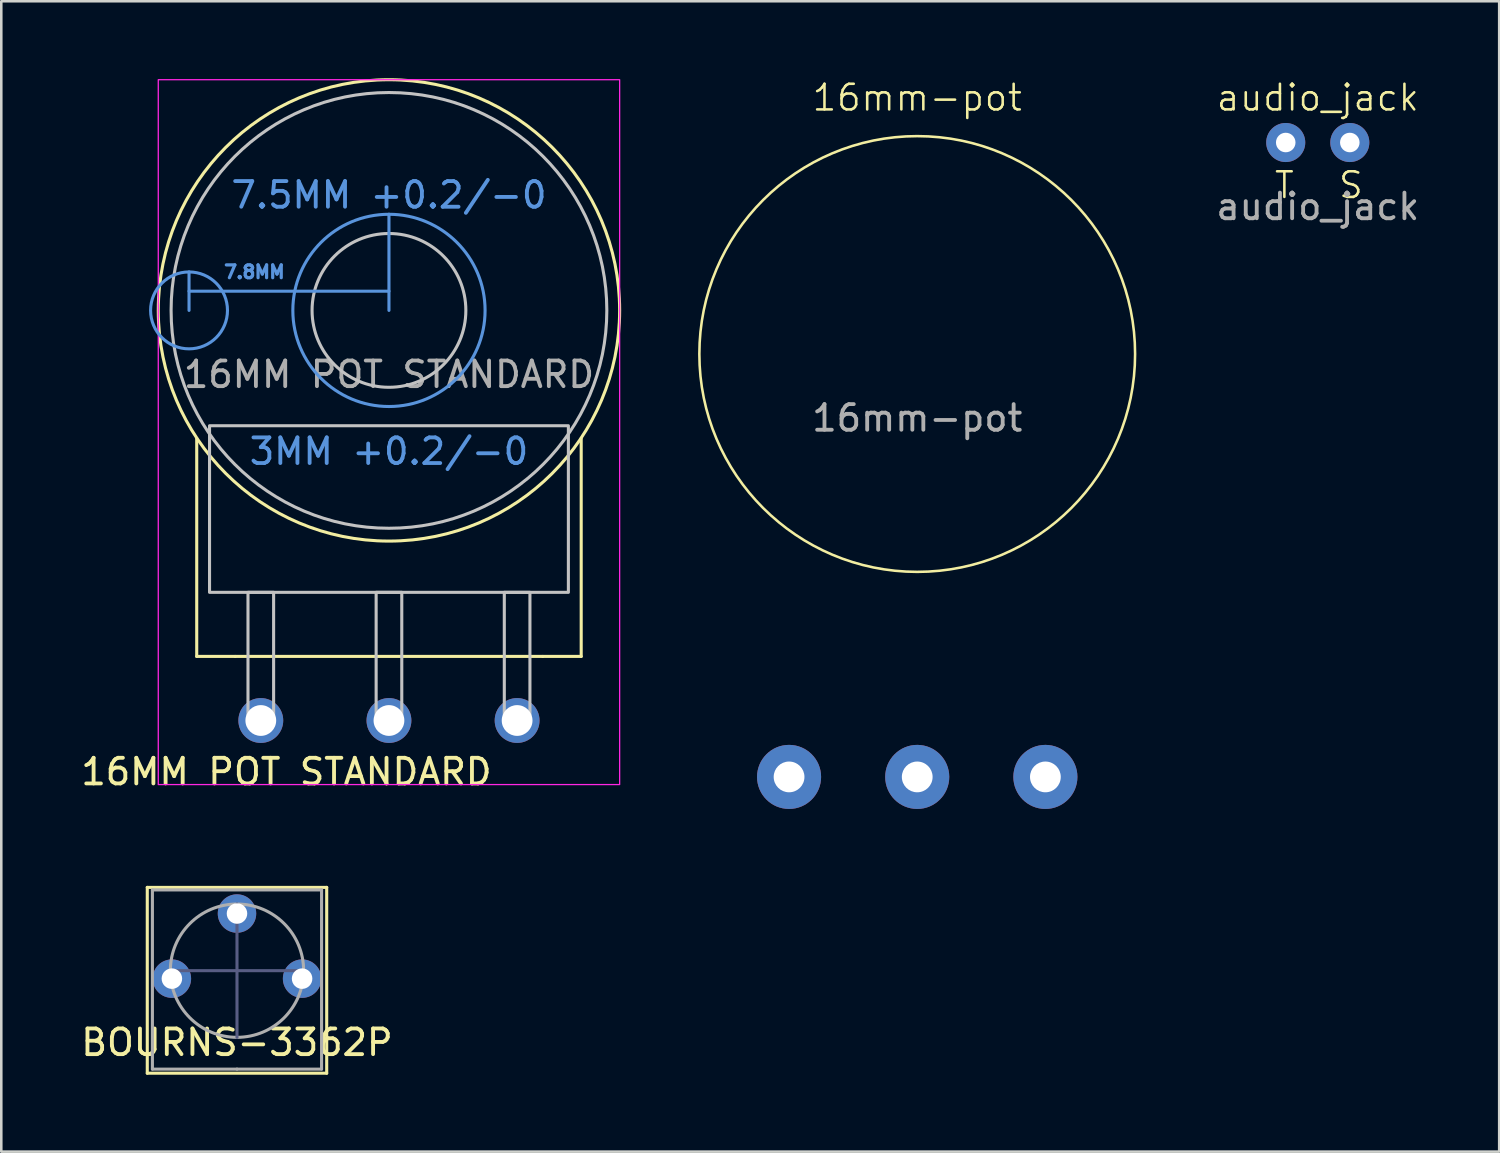
<source format=kicad_pcb>
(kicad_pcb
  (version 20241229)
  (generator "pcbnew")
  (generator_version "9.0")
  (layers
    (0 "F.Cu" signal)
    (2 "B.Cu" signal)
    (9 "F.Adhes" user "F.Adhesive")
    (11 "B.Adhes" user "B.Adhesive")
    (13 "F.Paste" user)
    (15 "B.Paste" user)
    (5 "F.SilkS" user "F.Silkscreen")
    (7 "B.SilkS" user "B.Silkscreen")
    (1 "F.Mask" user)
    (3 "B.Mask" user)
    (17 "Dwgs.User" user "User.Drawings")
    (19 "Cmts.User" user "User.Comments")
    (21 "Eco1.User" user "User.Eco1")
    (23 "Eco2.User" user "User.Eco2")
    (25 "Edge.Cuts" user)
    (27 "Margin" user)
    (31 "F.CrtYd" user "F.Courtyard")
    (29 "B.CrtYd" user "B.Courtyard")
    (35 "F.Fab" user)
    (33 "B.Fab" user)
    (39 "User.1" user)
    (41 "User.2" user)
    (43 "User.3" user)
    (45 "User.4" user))
  (footprint "16mm-pot"
    (layer "F.Cu")
    (at 32.735 10.761)
    (property "Reference" "16mm-pot" (at 0 -10 0) (unlocked yes) (layer "F.SilkS") (effects (font (size 1 1) (thickness 0.1))))
    (attr through_hole)
    (fp_circle (center 0 0) (end 8.5 0) (stroke (width 0.1) (type default)) (fill no) (layer "F.SilkS"))
    (fp_text user "${REFERENCE}" (at 0 2.5 0) (unlocked yes) (layer "F.Fab") (effects (font (size 1 1) (thickness 0.15))))
    (pad "1" thru_hole circle (at -5 16.5) (size 2.5 2.5) (drill 1.2) (layers "*.Cu" "*.Mask"))
    (pad "2" thru_hole circle (at 0 16.5) (size 2.5 2.5) (drill 1.2) (layers "*.Cu" "*.Mask"))
    (pad "3" thru_hole circle (at 5 16.5) (size 2.5 2.5) (drill 1.2) (layers "*.Cu" "*.Mask")))
  (footprint "BOURNS-3362P"
    (layer "F.Cu")
    (at 6.196 34.821)
    (property "Reference" "BOURNS-3362P" (at 0 2.8 0) (layer "F.SilkS") (effects (font (size 1 1) (thickness 0.15))))
    (attr through_hole)
    (fp_line (start -3.5 -3.25) (end -3.5 4) (stroke (width 0.12) (type solid)) (layer "F.SilkS"))
    (fp_line (start -3.5 4) (end 3.5 4) (stroke (width 0.12) (type solid)) (layer "F.SilkS"))
    (fp_line (start 3.5 -3.25) (end -3.5 -3.25) (stroke (width 0.12) (type solid)) (layer "F.SilkS"))
    (fp_line (start 3.5 4) (end 3.5 -3.25) (stroke (width 0.12) (type solid)) (layer "F.SilkS"))
    (fp_line (start 0 -2.6) (end 0 2.6) (stroke (width 0.12) (type solid)) (layer "B.Fab"))
    (fp_line (start 2.6 0) (end -2.6 0) (stroke (width 0.12) (type solid)) (layer "B.Fab"))
    (fp_line (start -3.3 -3.15) (end -3.3 3.84) (stroke (width 0.12) (type solid)) (layer "F.Fab"))
    (fp_line (start -3.3 3.84) (end 0 3.84) (stroke (width 0.12) (type solid)) (layer "F.Fab"))
    (fp_line (start 0 3.84) (end 3.3 3.84) (stroke (width 0.12) (type solid)) (layer "F.Fab"))
    (fp_line (start 3.3 -3.15) (end -3.3 -3.15) (stroke (width 0.12) (type solid)) (layer "F.Fab"))
    (fp_line (start 3.3 3.84) (end 3.3 -3.15) (stroke (width 0.12) (type solid)) (layer "F.Fab"))
    (fp_circle (center 0 0) (end 2.6 0) (stroke (width 0.12) (type solid)) (fill no) (layer "F.Fab"))
    (pad "1" thru_hole circle (at -2.54 0.31) (size 1.5 1.5) (drill 0.8) (layers "*.Cu" "*.Mask"))
    (pad "2" thru_hole circle (at 0 -2.23) (size 1.5 1.5) (drill 0.8) (layers "*.Cu" "*.Mask"))
    (pad "3" thru_hole circle (at 2.54 0.31) (size 1.5 1.5) (drill 0.8) (layers "*.Cu" "*.Mask")))
  (footprint "16MM POT STANDARD"
    (layer "F.Cu")
    (at 12.125 9.06)
    (property "Reference" "16MM POT STANDARD" (at -4 18 0) (unlocked yes) (layer "F.SilkS") (effects (font (size 1 1) (thickness 0.15))))
    (attr through_hole exclude_from_pos_files)
    (fp_line (start -7.5 13.5) (end -7.5 5) (stroke (width 0.12) (type solid)) (layer "F.SilkS"))
    (fp_line (start -6 13.5) (end -7.5 13.5) (stroke (width 0.12) (type solid)) (layer "F.SilkS"))
    (fp_line (start -6 13.5) (end 6 13.5) (stroke (width 0.12) (type solid)) (layer "F.SilkS"))
    (fp_line (start 7.5 5) (end 7.5 13.5) (stroke (width 0.12) (type solid)) (layer "F.SilkS"))
    (fp_line (start 7.5 13.5) (end 6 13.5) (stroke (width 0.12) (type solid)) (layer "F.SilkS"))
    (fp_circle (center 0 0) (end 9 0) (stroke (width 0.12) (type solid)) (fill no) (layer "F.SilkS"))
    (fp_rect (start -7 11) (end 7 4.5) (stroke (width 0.12) (type solid)) (fill no) (layer "Dwgs.User"))
    (fp_rect (start -4.5 16) (end -5.5 11) (stroke (width 0.12) (type solid)) (fill no) (layer "Dwgs.User"))
    (fp_rect (start 0.5 16) (end -0.5 11) (stroke (width 0.12) (type solid)) (fill no) (layer "Dwgs.User"))
    (fp_rect (start 5.5 16) (end 4.5 11) (stroke (width 0.12) (type solid)) (fill no) (layer "Dwgs.User"))
    (fp_circle (center 0 0) (end 3 0) (stroke (width 0.12) (type solid)) (fill no) (layer "Dwgs.User"))
    (fp_circle (center 0 0) (end 8.5 0) (stroke (width 0.12) (type solid)) (fill no) (layer "Dwgs.User"))
    (fp_line (start -7.8 -0.75) (end 0 -0.75) (stroke (width 0.12) (type solid)) (layer "Cmts.User"))
    (fp_line (start -7.8 0) (end -7.8 -1.5) (stroke (width 0.12) (type solid)) (layer "Cmts.User"))
    (fp_line (start 0 0) (end 0 -3.75) (stroke (width 0.12) (type solid)) (layer "Cmts.User"))
    (fp_circle (center -7.8 0) (end -6.3 0) (stroke (width 0.12) (type solid)) (fill no) (layer "Cmts.User"))
    (fp_circle (center 0 0) (end 3.75 0) (stroke (width 0.12) (type solid)) (fill no) (layer "Cmts.User"))
    (fp_rect (start 9 -9) (end -9 18.5) (stroke (width 0.05) (type solid)) (fill no) (layer "F.CrtYd"))
    (fp_text user "7.5MM +0.2/-0" (at 0 -4.5 0) (unlocked yes) (layer "Cmts.User") (effects (font (size 1 1) (thickness 0.15))))
    (fp_text user "7.8MM" (at -5.25 -1.5 0) (unlocked yes) (layer "Cmts.User") (effects (font (size 0.5 0.5) (thickness 0.125))))
    (fp_text user "3MM +0.2/-0" (at 0 5.5 0) (unlocked yes) (layer "Cmts.User") (effects (font (size 1 1) (thickness 0.15))))
    (fp_text user "${REFERENCE}" (at 0 2.5 0) (unlocked yes) (layer "F.Fab") (effects (font (size 1 1) (thickness 0.15))))
    (pad "1" thru_hole circle (at -5 16) (size 1.75 1.75) (drill 1.2) (layers "*.Cu" "*.Mask"))
    (pad "2" thru_hole circle (at 0 16) (size 1.75 1.75) (drill 1.2) (layers "*.Cu" "*.Mask"))
    (pad "3" thru_hole circle (at 5 16) (size 1.75 1.75) (drill 1.2) (layers "*.Cu" "*.Mask")))
  (footprint "audio_jack"
    (layer "F.Cu")
    (at 48.362 2.51)
    (property "Reference" "audio_jack" (at 0 -1.75 0) (unlocked yes) (layer "F.SilkS") (effects (font (size 1 1) (thickness 0.1))))
    (attr through_hole)
    (fp_text user "S" (at 0.75 2.25 0) (unlocked yes) (layer "F.SilkS") (effects (font (size 1 1) (thickness 0.1)) (justify left bottom)))
    (fp_text user "T" (at -1.75 2.25 0) (unlocked yes) (layer "F.SilkS") (effects (font (size 1 1) (thickness 0.1)) (justify left bottom)))
    (fp_text user "${REFERENCE}" (at 0 2.5 0) (unlocked yes) (layer "F.Fab") (effects (font (size 1 1) (thickness 0.15))))
    (pad "S" thru_hole circle (at 1.25 0) (size 1.524 1.524) (drill 0.762) (layers "*.Cu" "*.Mask"))
    (pad "T" thru_hole circle (at -1.25 0) (size 1.524 1.524) (drill 0.762) (layers "*.Cu" "*.Mask")))
  (gr_rect
    (start -3 -3)
    (end 55.44 41.88)
    (stroke (width 0.1) (type default))
    (fill no)
    (layer "Edge.Cuts")))
</source>
